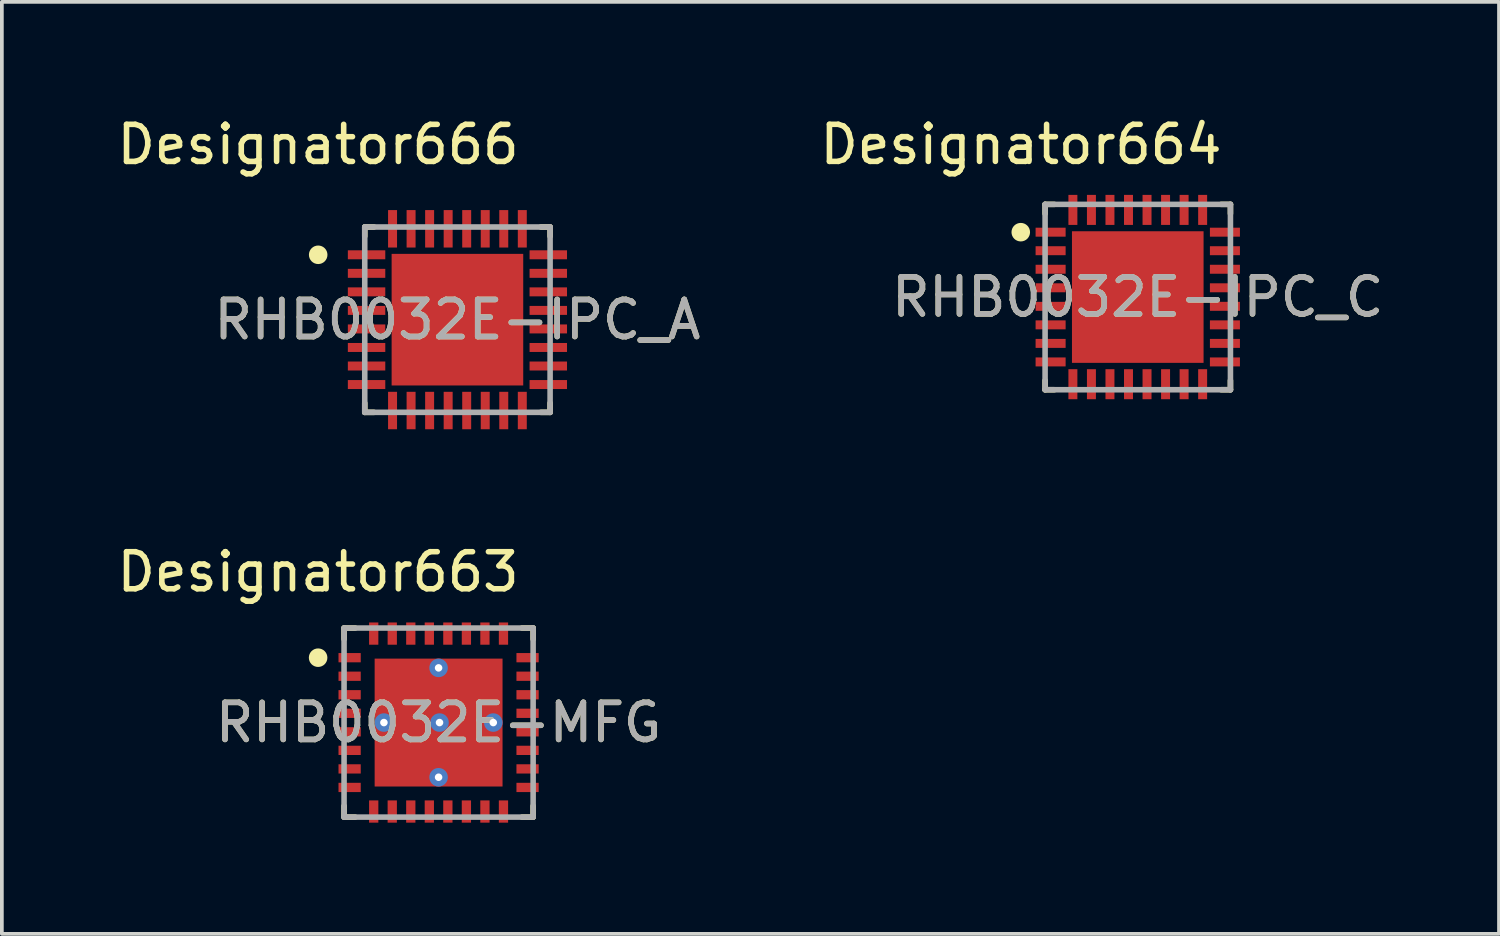
<source format=kicad_pcb>
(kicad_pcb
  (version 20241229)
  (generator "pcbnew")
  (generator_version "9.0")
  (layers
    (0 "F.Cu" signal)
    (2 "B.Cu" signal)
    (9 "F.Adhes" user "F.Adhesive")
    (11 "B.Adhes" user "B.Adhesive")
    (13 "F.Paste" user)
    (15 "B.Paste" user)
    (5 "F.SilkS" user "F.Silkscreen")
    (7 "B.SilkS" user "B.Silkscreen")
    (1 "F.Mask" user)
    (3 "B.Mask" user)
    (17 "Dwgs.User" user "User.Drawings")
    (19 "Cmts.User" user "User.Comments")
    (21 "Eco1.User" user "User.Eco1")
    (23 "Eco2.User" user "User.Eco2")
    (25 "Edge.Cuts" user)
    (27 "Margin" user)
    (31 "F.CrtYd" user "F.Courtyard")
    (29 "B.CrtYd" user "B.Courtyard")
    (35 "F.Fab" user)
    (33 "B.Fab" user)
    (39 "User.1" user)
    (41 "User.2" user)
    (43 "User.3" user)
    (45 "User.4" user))
  (footprint "RHB0032E-MFG"
    (layer "F.Cu")
    (at 8.781 16.441)
    (property "Reference" "RHB0032E-MFG" (at 0 0 0) (unlocked yes) (layer "F.SilkS") (effects (font (size 1 1) (thickness 0.15))))
    (attr smd)
    (fp_line (start -2.55 -2.55) (end -2.25 -2.55) (stroke (width 0.15) (type solid)) (layer "F.SilkS"))
    (fp_line (start -2.55 -2.25) (end -2.55 -2.55) (stroke (width 0.15) (type solid)) (layer "F.SilkS"))
    (fp_line (start -2.55 2.55) (end -2.55 2.25) (stroke (width 0.15) (type solid)) (layer "F.SilkS"))
    (fp_line (start -2.55 2.55) (end -2.25 2.55) (stroke (width 0.15) (type solid)) (layer "F.SilkS"))
    (fp_line (start 2.25 -2.55) (end 2.55 -2.55) (stroke (width 0.15) (type solid)) (layer "F.SilkS"))
    (fp_line (start 2.25 2.55) (end 2.55 2.55) (stroke (width 0.15) (type solid)) (layer "F.SilkS"))
    (fp_line (start 2.55 -2.25) (end 2.55 -2.55) (stroke (width 0.15) (type solid)) (layer "F.SilkS"))
    (fp_line (start 2.55 2.55) (end 2.55 2.25) (stroke (width 0.15) (type solid)) (layer "F.SilkS"))
    (fp_circle (center -3.25 -1.75) (end -3.125 -1.75) (stroke (width 0.25) (type solid)) (fill no) (layer "F.SilkS"))
    (fp_poly (pts (xy -1.54 -1.59) (xy -0.15 -1.59) (xy -0.1 -1.54) (xy -0.1 -0.15) (xy -0.15 -0.1) (xy -1.54 -0.1) (xy -1.59 -0.15) (xy -1.59 -1.54)) (stroke (width 0) (type solid)) (fill yes) (layer "F.Paste"))
    (fp_poly (pts (xy -1.54 1.59) (xy -1.59 1.54) (xy -1.59 0.15) (xy -1.54 0.1) (xy -0.15 0.1) (xy -0.1 0.15) (xy -0.1 1.54) (xy -0.15 1.59)) (stroke (width 0) (type solid)) (fill yes) (layer "F.Paste"))
    (fp_poly (pts (xy 0.1 -0.15) (xy 0.1 -1.54) (xy 0.15 -1.59) (xy 1.54 -1.59) (xy 1.59 -1.54) (xy 1.59 -0.15) (xy 1.54 -0.1) (xy 0.15 -0.1)) (stroke (width 0) (type solid)) (fill yes) (layer "F.Paste"))
    (fp_poly (pts (xy 0.1 1.54) (xy 0.1 0.15) (xy 0.15 0.1) (xy 1.54 0.1) (xy 1.59 0.15) (xy 1.59 1.54) (xy 1.54 1.59) (xy 0.15 1.59)) (stroke (width 0) (type solid)) (fill yes) (layer "F.Paste"))
    (fp_line (start -2.55 -2.55) (end 2.55 -2.55) (stroke (width 0.15) (type solid)) (layer "F.Fab"))
    (fp_line (start -2.55 2.55) (end -2.55 -2.55) (stroke (width 0.15) (type solid)) (layer "F.Fab"))
    (fp_line (start -2.55 2.55) (end 2.55 2.55) (stroke (width 0.15) (type solid)) (layer "F.Fab"))
    (fp_line (start 2.55 2.55) (end 2.55 -2.55) (stroke (width 0.15) (type solid)) (layer "F.Fab"))
    (fp_text user "Designator663" (at -3.251 -4.064 0) (unlocked yes) (layer "F.SilkS") (effects (font (size 1 1) (thickness 0.15))))
    (fp_text user "${REFERENCE}" (at 0 0 0) (unlocked yes) (layer "F.Fab") (effects (font (size 1 1) (thickness 0.15))))
    (pad "1" smd rect (at -2.4 -1.75) (size 0.6 0.25) (layers "F.Cu" "F.Mask" "F.Paste"))
    (pad "2" smd rect (at -2.4 -1.25) (size 0.6 0.25) (layers "F.Cu" "F.Mask" "F.Paste"))
    (pad "3" smd rect (at -2.4 -0.75) (size 0.6 0.25) (layers "F.Cu" "F.Mask" "F.Paste"))
    (pad "4" smd rect (at -2.4 -0.25) (size 0.6 0.25) (layers "F.Cu" "F.Mask" "F.Paste"))
    (pad "5" smd rect (at -2.4 0.25) (size 0.6 0.25) (layers "F.Cu" "F.Mask" "F.Paste"))
    (pad "6" smd rect (at -2.4 0.75) (size 0.6 0.25) (layers "F.Cu" "F.Mask" "F.Paste"))
    (pad "7" smd rect (at -2.4 1.25) (size 0.6 0.25) (layers "F.Cu" "F.Mask" "F.Paste"))
    (pad "8" smd rect (at -2.4 1.75) (size 0.6 0.25) (layers "F.Cu" "F.Mask" "F.Paste"))
    (pad "9" smd rect (at -1.75 2.4 90) (size 0.6 0.25) (layers "F.Cu" "F.Mask" "F.Paste"))
    (pad "10" smd rect (at -1.25 2.4 90) (size 0.6 0.25) (layers "F.Cu" "F.Mask" "F.Paste"))
    (pad "11" smd rect (at -0.75 2.4 90) (size 0.6 0.25) (layers "F.Cu" "F.Mask" "F.Paste"))
    (pad "12" smd rect (at -0.25 2.4 90) (size 0.6 0.25) (layers "F.Cu" "F.Mask" "F.Paste"))
    (pad "13" smd rect (at 0.25 2.4 90) (size 0.6 0.25) (layers "F.Cu" "F.Mask" "F.Paste"))
    (pad "14" smd rect (at 0.75 2.4 90) (size 0.6 0.25) (layers "F.Cu" "F.Mask" "F.Paste"))
    (pad "15" smd rect (at 1.25 2.4 90) (size 0.6 0.25) (layers "F.Cu" "F.Mask" "F.Paste"))
    (pad "16" smd rect (at 1.75 2.4 90) (size 0.6 0.25) (layers "F.Cu" "F.Mask" "F.Paste"))
    (pad "17" smd rect (at 2.4 1.75) (size 0.6 0.25) (layers "F.Cu" "F.Mask" "F.Paste"))
    (pad "18" smd rect (at 2.4 1.25) (size 0.6 0.25) (layers "F.Cu" "F.Mask" "F.Paste"))
    (pad "19" smd rect (at 2.4 0.75) (size 0.6 0.25) (layers "F.Cu" "F.Mask" "F.Paste"))
    (pad "20" smd rect (at 2.4 0.25) (size 0.6 0.25) (layers "F.Cu" "F.Mask" "F.Paste"))
    (pad "21" smd rect (at 2.4 -0.25) (size 0.6 0.25) (layers "F.Cu" "F.Mask" "F.Paste"))
    (pad "22" smd rect (at 2.4 -0.75) (size 0.6 0.25) (layers "F.Cu" "F.Mask" "F.Paste"))
    (pad "23" smd rect (at 2.4 -1.25) (size 0.6 0.25) (layers "F.Cu" "F.Mask" "F.Paste"))
    (pad "24" smd rect (at 2.4 -1.75) (size 0.6 0.25) (layers "F.Cu" "F.Mask" "F.Paste"))
    (pad "25" smd rect (at 1.75 -2.4 90) (size 0.6 0.25) (layers "F.Cu" "F.Mask" "F.Paste"))
    (pad "26" smd rect (at 1.25 -2.4 90) (size 0.6 0.25) (layers "F.Cu" "F.Mask" "F.Paste"))
    (pad "27" smd rect (at 0.75 -2.4 90) (size 0.6 0.25) (layers "F.Cu" "F.Mask" "F.Paste"))
    (pad "28" smd rect (at 0.25 -2.4 90) (size 0.6 0.25) (layers "F.Cu" "F.Mask" "F.Paste"))
    (pad "29" smd rect (at -0.25 -2.4 90) (size 0.6 0.25) (layers "F.Cu" "F.Mask" "F.Paste"))
    (pad "30" smd rect (at -0.75 -2.4 90) (size 0.6 0.25) (layers "F.Cu" "F.Mask" "F.Paste"))
    (pad "31" smd rect (at -1.25 -2.4 90) (size 0.6 0.25) (layers "F.Cu" "F.Mask" "F.Paste"))
    (pad "32" smd rect (at -1.75 -2.4 90) (size 0.6 0.25) (layers "F.Cu" "F.Mask" "F.Paste"))
    (pad "33" smd rect (at 0 0) (size 3.45 3.45) (layers "F.Cu" "F.Mask"))
    (pad "34" thru_hole circle (at 0 -1.475) (size 0.5 0.5) (drill 0.203) (layers "*.Cu" "*.Mask"))
    (pad "35" thru_hole circle (at 0.025 0) (size 0.5 0.5) (drill 0.203) (layers "*.Cu" "*.Mask"))
    (pad "36" thru_hole circle (at 0 1.475) (size 0.5 0.5) (drill 0.203) (layers "*.Cu" "*.Mask"))
    (pad "37" thru_hole circle (at -1.475 0) (size 0.5 0.5) (drill 0.203) (layers "*.Cu" "*.Mask"))
    (pad "38" thru_hole circle (at 1.475 0) (size 0.5 0.5) (drill 0.203) (layers "*.Cu" "*.Mask")))
  (footprint "RHB0032E-IPC_C"
    (layer "F.Cu")
    (at 27.641 4.963)
    (property "Reference" "RHB0032E-IPC_C" (at 0 0 0) (unlocked yes) (layer "F.SilkS") (effects (font (size 1 1) (thickness 0.15))))
    (attr smd)
    (fp_line (start -2.5 -2.5) (end -2.25 -2.5) (stroke (width 0.15) (type solid)) (layer "F.SilkS"))
    (fp_line (start -2.5 -2.25) (end -2.5 -2.5) (stroke (width 0.15) (type solid)) (layer "F.SilkS"))
    (fp_line (start -2.5 2.5) (end -2.5 2.25) (stroke (width 0.15) (type solid)) (layer "F.SilkS"))
    (fp_line (start -2.5 2.5) (end -2.25 2.5) (stroke (width 0.15) (type solid)) (layer "F.SilkS"))
    (fp_line (start 2.25 -2.5) (end 2.5 -2.5) (stroke (width 0.15) (type solid)) (layer "F.SilkS"))
    (fp_line (start 2.25 2.5) (end 2.5 2.5) (stroke (width 0.15) (type solid)) (layer "F.SilkS"))
    (fp_line (start 2.5 -2.25) (end 2.5 -2.5) (stroke (width 0.15) (type solid)) (layer "F.SilkS"))
    (fp_line (start 2.5 2.5) (end 2.5 2.25) (stroke (width 0.15) (type solid)) (layer "F.SilkS"))
    (fp_circle (center -3.156 -1.75) (end -3.031 -1.75) (stroke (width 0.25) (type solid)) (fill no) (layer "F.SilkS"))
    (fp_poly (pts (xy -1.123 1.123) (xy 1.123 1.123) (xy 1.123 -1.123) (xy -1.123 -1.123)) (stroke (width 0) (type solid)) (fill yes) (layer "F.Paste"))
    (fp_line (start -2.5 -2.5) (end 2.5 -2.5) (stroke (width 0.15) (type solid)) (layer "F.Fab"))
    (fp_line (start -2.5 2.5) (end -2.5 -2.5) (stroke (width 0.15) (type solid)) (layer "F.Fab"))
    (fp_line (start -2.5 2.5) (end 2.5 2.5) (stroke (width 0.15) (type solid)) (layer "F.Fab"))
    (fp_line (start 2.5 2.5) (end 2.5 -2.5) (stroke (width 0.15) (type solid)) (layer "F.Fab"))
    (fp_text user "Designator664" (at -3.15 -4.115 0) (unlocked yes) (layer "F.SilkS") (effects (font (size 1 1) (thickness 0.15))))
    (fp_text user "${REFERENCE}" (at 0 0 0) (unlocked yes) (layer "F.Fab") (effects (font (size 1 1) (thickness 0.15))))
    (pad "1" smd rect (at -2.351 -1.75 90) (size 0.242 0.81) (layers "F.Cu" "F.Mask" "F.Paste"))
    (pad "2" smd rect (at -2.351 -1.25 90) (size 0.242 0.81) (layers "F.Cu" "F.Mask" "F.Paste"))
    (pad "3" smd rect (at -2.351 -0.75 90) (size 0.242 0.81) (layers "F.Cu" "F.Mask" "F.Paste"))
    (pad "4" smd rect (at -2.351 -0.25 90) (size 0.242 0.81) (layers "F.Cu" "F.Mask" "F.Paste"))
    (pad "5" smd rect (at -2.351 0.25 90) (size 0.242 0.81) (layers "F.Cu" "F.Mask" "F.Paste"))
    (pad "6" smd rect (at -2.351 0.75 90) (size 0.242 0.81) (layers "F.Cu" "F.Mask" "F.Paste"))
    (pad "7" smd rect (at -2.351 1.25 90) (size 0.242 0.81) (layers "F.Cu" "F.Mask" "F.Paste"))
    (pad "8" smd rect (at -2.351 1.75 90) (size 0.242 0.81) (layers "F.Cu" "F.Mask" "F.Paste"))
    (pad "9" smd rect (at -1.75 2.351) (size 0.242 0.81) (layers "F.Cu" "F.Mask" "F.Paste"))
    (pad "10" smd rect (at -1.25 2.351) (size 0.242 0.81) (layers "F.Cu" "F.Mask" "F.Paste"))
    (pad "11" smd rect (at -0.75 2.351) (size 0.242 0.81) (layers "F.Cu" "F.Mask" "F.Paste"))
    (pad "12" smd rect (at -0.25 2.351) (size 0.242 0.81) (layers "F.Cu" "F.Mask" "F.Paste"))
    (pad "13" smd rect (at 0.25 2.351) (size 0.242 0.81) (layers "F.Cu" "F.Mask" "F.Paste"))
    (pad "14" smd rect (at 0.75 2.351) (size 0.242 0.81) (layers "F.Cu" "F.Mask" "F.Paste"))
    (pad "15" smd rect (at 1.25 2.351) (size 0.242 0.81) (layers "F.Cu" "F.Mask" "F.Paste"))
    (pad "16" smd rect (at 1.75 2.351) (size 0.242 0.81) (layers "F.Cu" "F.Mask" "F.Paste"))
    (pad "17" smd rect (at 2.351 1.75 90) (size 0.242 0.81) (layers "F.Cu" "F.Mask" "F.Paste"))
    (pad "18" smd rect (at 2.351 1.25 90) (size 0.242 0.81) (layers "F.Cu" "F.Mask" "F.Paste"))
    (pad "19" smd rect (at 2.351 0.75 90) (size 0.242 0.81) (layers "F.Cu" "F.Mask" "F.Paste"))
    (pad "20" smd rect (at 2.351 0.25 90) (size 0.242 0.81) (layers "F.Cu" "F.Mask" "F.Paste"))
    (pad "21" smd rect (at 2.351 -0.25 90) (size 0.242 0.81) (layers "F.Cu" "F.Mask" "F.Paste"))
    (pad "22" smd rect (at 2.351 -0.75 90) (size 0.242 0.81) (layers "F.Cu" "F.Mask" "F.Paste"))
    (pad "23" smd rect (at 2.351 -1.25 90) (size 0.242 0.81) (layers "F.Cu" "F.Mask" "F.Paste"))
    (pad "24" smd rect (at 2.351 -1.75 90) (size 0.242 0.81) (layers "F.Cu" "F.Mask" "F.Paste"))
    (pad "25" smd rect (at 1.75 -2.351) (size 0.242 0.81) (layers "F.Cu" "F.Mask" "F.Paste"))
    (pad "26" smd rect (at 1.25 -2.351) (size 0.242 0.81) (layers "F.Cu" "F.Mask" "F.Paste"))
    (pad "27" smd rect (at 0.75 -2.351) (size 0.242 0.81) (layers "F.Cu" "F.Mask" "F.Paste"))
    (pad "28" smd rect (at 0.25 -2.351) (size 0.242 0.81) (layers "F.Cu" "F.Mask" "F.Paste"))
    (pad "29" smd rect (at -0.25 -2.351) (size 0.242 0.81) (layers "F.Cu" "F.Mask" "F.Paste"))
    (pad "30" smd rect (at -0.75 -2.351) (size 0.242 0.81) (layers "F.Cu" "F.Mask" "F.Paste"))
    (pad "31" smd rect (at -1.25 -2.351) (size 0.242 0.81) (layers "F.Cu" "F.Mask" "F.Paste"))
    (pad "32" smd rect (at -1.75 -2.351) (size 0.242 0.81) (layers "F.Cu" "F.Mask" "F.Paste"))
    (pad "33" smd rect (at 0 0) (size 3.55 3.55) (layers "F.Cu" "F.Mask")))
  (footprint "RHB0032E-IPC_A"
    (layer "F.Cu")
    (at 9.289 5.573)
    (property "Reference" "RHB0032E-IPC_A" (at 0 0 0) (unlocked yes) (layer "F.SilkS") (effects (font (size 1 1) (thickness 0.15))))
    (attr smd)
    (fp_line (start -2.5 -2.5) (end -2.25 -2.5) (stroke (width 0.15) (type solid)) (layer "F.SilkS"))
    (fp_line (start -2.5 -2.25) (end -2.5 -2.5) (stroke (width 0.15) (type solid)) (layer "F.SilkS"))
    (fp_line (start -2.5 2.5) (end -2.5 2.25) (stroke (width 0.15) (type solid)) (layer "F.SilkS"))
    (fp_line (start -2.5 2.5) (end -2.25 2.5) (stroke (width 0.15) (type solid)) (layer "F.SilkS"))
    (fp_line (start 2.25 -2.5) (end 2.5 -2.5) (stroke (width 0.15) (type solid)) (layer "F.SilkS"))
    (fp_line (start 2.25 2.5) (end 2.5 2.5) (stroke (width 0.15) (type solid)) (layer "F.SilkS"))
    (fp_line (start 2.5 -2.25) (end 2.5 -2.5) (stroke (width 0.15) (type solid)) (layer "F.SilkS"))
    (fp_line (start 2.5 2.5) (end 2.5 2.25) (stroke (width 0.15) (type solid)) (layer "F.SilkS"))
    (fp_circle (center -3.756 -1.75) (end -3.631 -1.75) (stroke (width 0.25) (type solid)) (fill no) (layer "F.SilkS"))
    (fp_poly (pts (xy -1.123 1.123) (xy 1.123 1.123) (xy 1.123 -1.123) (xy -1.123 -1.123)) (stroke (width 0) (type solid)) (fill yes) (layer "F.Paste"))
    (fp_line (start -2.5 -2.5) (end 2.5 -2.5) (stroke (width 0.15) (type solid)) (layer "F.Fab"))
    (fp_line (start -2.5 2.5) (end -2.5 -2.5) (stroke (width 0.15) (type solid)) (layer "F.Fab"))
    (fp_line (start -2.5 2.5) (end 2.5 2.5) (stroke (width 0.15) (type solid)) (layer "F.Fab"))
    (fp_line (start 2.5 2.5) (end 2.5 -2.5) (stroke (width 0.15) (type solid)) (layer "F.Fab"))
    (fp_text user "Designator666" (at -3.759 -4.724 0) (unlocked yes) (layer "F.SilkS") (effects (font (size 1 1) (thickness 0.15))))
    (fp_text user "${REFERENCE}" (at 0 0 0) (unlocked yes) (layer "F.Fab") (effects (font (size 1 1) (thickness 0.15))))
    (pad "1" smd rect (at -2.451 -1.75 90) (size 0.242 1.01) (layers "F.Cu" "F.Mask" "F.Paste"))
    (pad "2" smd rect (at -2.451 -1.25 90) (size 0.242 1.01) (layers "F.Cu" "F.Mask" "F.Paste"))
    (pad "3" smd rect (at -2.451 -0.75 90) (size 0.242 1.01) (layers "F.Cu" "F.Mask" "F.Paste"))
    (pad "4" smd rect (at -2.451 -0.25 90) (size 0.242 1.01) (layers "F.Cu" "F.Mask" "F.Paste"))
    (pad "5" smd rect (at -2.451 0.25 90) (size 0.242 1.01) (layers "F.Cu" "F.Mask" "F.Paste"))
    (pad "6" smd rect (at -2.451 0.75 90) (size 0.242 1.01) (layers "F.Cu" "F.Mask" "F.Paste"))
    (pad "7" smd rect (at -2.451 1.25 90) (size 0.242 1.01) (layers "F.Cu" "F.Mask" "F.Paste"))
    (pad "8" smd rect (at -2.451 1.75 90) (size 0.242 1.01) (layers "F.Cu" "F.Mask" "F.Paste"))
    (pad "9" smd rect (at -1.75 2.451) (size 0.242 1.01) (layers "F.Cu" "F.Mask" "F.Paste"))
    (pad "10" smd rect (at -1.25 2.451) (size 0.242 1.01) (layers "F.Cu" "F.Mask" "F.Paste"))
    (pad "11" smd rect (at -0.75 2.451) (size 0.242 1.01) (layers "F.Cu" "F.Mask" "F.Paste"))
    (pad "12" smd rect (at -0.25 2.451) (size 0.242 1.01) (layers "F.Cu" "F.Mask" "F.Paste"))
    (pad "13" smd rect (at 0.25 2.451) (size 0.242 1.01) (layers "F.Cu" "F.Mask" "F.Paste"))
    (pad "14" smd rect (at 0.75 2.451) (size 0.242 1.01) (layers "F.Cu" "F.Mask" "F.Paste"))
    (pad "15" smd rect (at 1.25 2.451) (size 0.242 1.01) (layers "F.Cu" "F.Mask" "F.Paste"))
    (pad "16" smd rect (at 1.75 2.451) (size 0.242 1.01) (layers "F.Cu" "F.Mask" "F.Paste"))
    (pad "17" smd rect (at 2.451 1.75 90) (size 0.242 1.01) (layers "F.Cu" "F.Mask" "F.Paste"))
    (pad "18" smd rect (at 2.451 1.25 90) (size 0.242 1.01) (layers "F.Cu" "F.Mask" "F.Paste"))
    (pad "19" smd rect (at 2.451 0.75 90) (size 0.242 1.01) (layers "F.Cu" "F.Mask" "F.Paste"))
    (pad "20" smd rect (at 2.451 0.25 90) (size 0.242 1.01) (layers "F.Cu" "F.Mask" "F.Paste"))
    (pad "21" smd rect (at 2.451 -0.25 90) (size 0.242 1.01) (layers "F.Cu" "F.Mask" "F.Paste"))
    (pad "22" smd rect (at 2.451 -0.75 90) (size 0.242 1.01) (layers "F.Cu" "F.Mask" "F.Paste"))
    (pad "23" smd rect (at 2.451 -1.25 90) (size 0.242 1.01) (layers "F.Cu" "F.Mask" "F.Paste"))
    (pad "24" smd rect (at 2.451 -1.75 90) (size 0.242 1.01) (layers "F.Cu" "F.Mask" "F.Paste"))
    (pad "25" smd rect (at 1.75 -2.451) (size 0.242 1.01) (layers "F.Cu" "F.Mask" "F.Paste"))
    (pad "26" smd rect (at 1.25 -2.451) (size 0.242 1.01) (layers "F.Cu" "F.Mask" "F.Paste"))
    (pad "27" smd rect (at 0.75 -2.451) (size 0.242 1.01) (layers "F.Cu" "F.Mask" "F.Paste"))
    (pad "28" smd rect (at 0.25 -2.451) (size 0.242 1.01) (layers "F.Cu" "F.Mask" "F.Paste"))
    (pad "29" smd rect (at -0.25 -2.451) (size 0.242 1.01) (layers "F.Cu" "F.Mask" "F.Paste"))
    (pad "30" smd rect (at -0.75 -2.451) (size 0.242 1.01) (layers "F.Cu" "F.Mask" "F.Paste"))
    (pad "31" smd rect (at -1.25 -2.451) (size 0.242 1.01) (layers "F.Cu" "F.Mask" "F.Paste"))
    (pad "32" smd rect (at -1.75 -2.451) (size 0.242 1.01) (layers "F.Cu" "F.Mask" "F.Paste"))
    (pad "33" smd rect (at 0 0) (size 3.55 3.55) (layers "F.Cu" "F.Mask")))
  (gr_rect
    (start -3 -3)
    (end 37.385 22.141)
    (stroke (width 0.1) (type default))
    (fill no)
    (layer "Edge.Cuts")))
</source>
